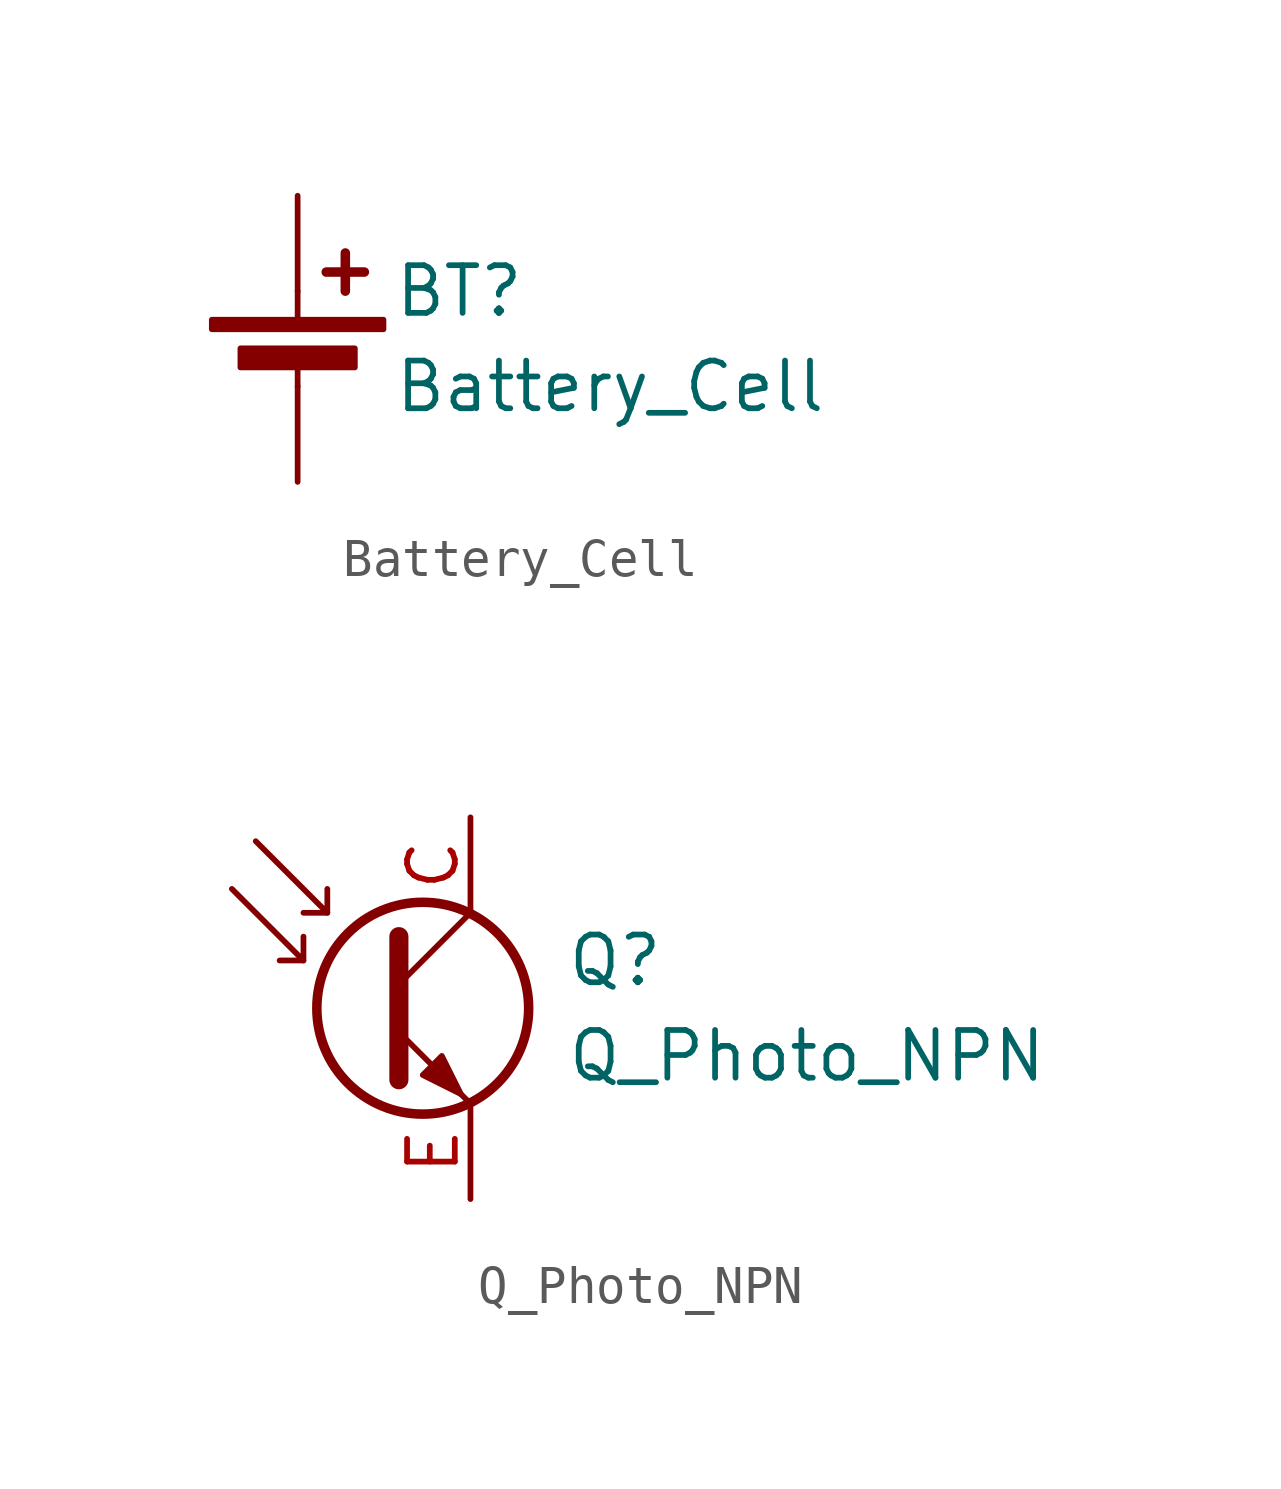
<source format=kicad_sym>
(kicad_symbol_lib
  (version 20241209)
  (generator "kicad_symbol_editor")
  (generator_version "9.0")
  (symbol "Battery_Cell"
    (pin_numbers
      (hide yes))
    (pin_names
      (offset 0)
      (hide yes))
    (property "Reference" "BT"
      (at 2.54 2.54 0)
      (effects (font (size 1.27 1.27)) (justify left)))
    (property "Value" "Battery_Cell"
      (at 2.54 0 0)
      (effects (font (size 1.27 1.27)) (justify left)))
    (symbol "Battery_Cell_0_1"
      (rectangle (start -2.286 1.778) (end 2.286 1.524) (stroke (width 0) (type default)) (fill (type outline)))
      (rectangle (start -1.524 1.016) (end 1.524 0.508) (stroke (width 0) (type default)) (fill (type outline)))
      (polyline (pts (xy 0 1.778) (xy 0 2.54)) (stroke (width 0) (type default)) (fill (type none)))
      (polyline (pts (xy 0 0.762) (xy 0 0)) (stroke (width 0) (type default)) (fill (type none)))
      (polyline (pts (xy 0.762 3.048) (xy 1.778 3.048)) (stroke (width 0.254) (type default)) (fill (type none)))
      (polyline (pts (xy 1.27 3.556) (xy 1.27 2.54)) (stroke (width 0.254) (type default)) (fill (type none))))
    (symbol "Battery_Cell_1_1"
      (pin power_out line (at 0 5.08 270) (length 2.54) (name "1" (effects (font (size 1.27 1.27)))) (number "1" (effects (font (size 1.27 1.27)))) (alternate "+" power_out line) (alternate "Pos" power_out line))
      (pin power_out line (at 0 -2.54 90) (length 2.54) (name "2" (effects (font (size 1.27 1.27)))) (number "2" (effects (font (size 1.27 1.27)))) (alternate "-" power_out line) (alternate "Neg" power_out line))))
  (symbol "Q_Photo_NPN"
    (pin_names
      (offset 0)
      (hide yes))
    (property "Reference" "Q"
      (at 5.08 1.27 0)
      (effects (font (size 1.27 1.27)) (justify left)))
    (property "Value" "Q_Photo_NPN"
      (at 5.08 -1.27 0)
      (effects (font (size 1.27 1.27)) (justify left)))
    (symbol "Q_Photo_NPN_0_1"
      (polyline (pts (xy -3.81 3.175) (xy -1.905 1.27) (xy -1.905 1.905)) (stroke (width 0) (type default)) (fill (type none)))
      (polyline (pts (xy -3.175 4.445) (xy -1.27 2.54) (xy -1.27 3.175)) (stroke (width 0) (type default)) (fill (type none)))
      (polyline (pts (xy -1.905 1.27) (xy -2.54 1.27)) (stroke (width 0) (type default)) (fill (type none)))
      (polyline (pts (xy -1.27 2.54) (xy -1.905 2.54)) (stroke (width 0) (type default)) (fill (type none)))
      (polyline (pts (xy 0.635 1.905) (xy 0.635 -1.905) (xy 0.635 -1.905)) (stroke (width 0.508) (type default)) (fill (type none)))
      (polyline (pts (xy 0.635 0.635) (xy 2.54 2.54)) (stroke (width 0) (type default)) (fill (type none)))
      (polyline (pts (xy 0.635 -0.635) (xy 2.54 -2.54) (xy 2.54 -2.54)) (stroke (width 0) (type default)) (fill (type none)))
      (circle (center 1.27 0) (radius 2.819) (stroke (width 0.254) (type default)) (fill (type none)))
      (polyline (pts (xy 1.27 -1.778) (xy 1.778 -1.27) (xy 2.286 -2.286) (xy 1.27 -1.778) (xy 1.27 -1.778)) (stroke (width 0) (type default)) (fill (type outline))))
    (symbol "Q_Photo_NPN_1_1"
      (pin passive line (at 2.54 5.08 270) (length 2.54) (name "1" (effects (font (size 1.27 1.27)))) (number "C" (effects (font (size 1.27 1.27)))) (alternate "C" passive line))
      (pin passive line (at 2.54 -5.08 90) (length 2.54) (name "2" (effects (font (size 1.27 1.27)))) (number "E" (effects (font (size 1.27 1.27)))) (alternate "E" passive line)))))
</source>
